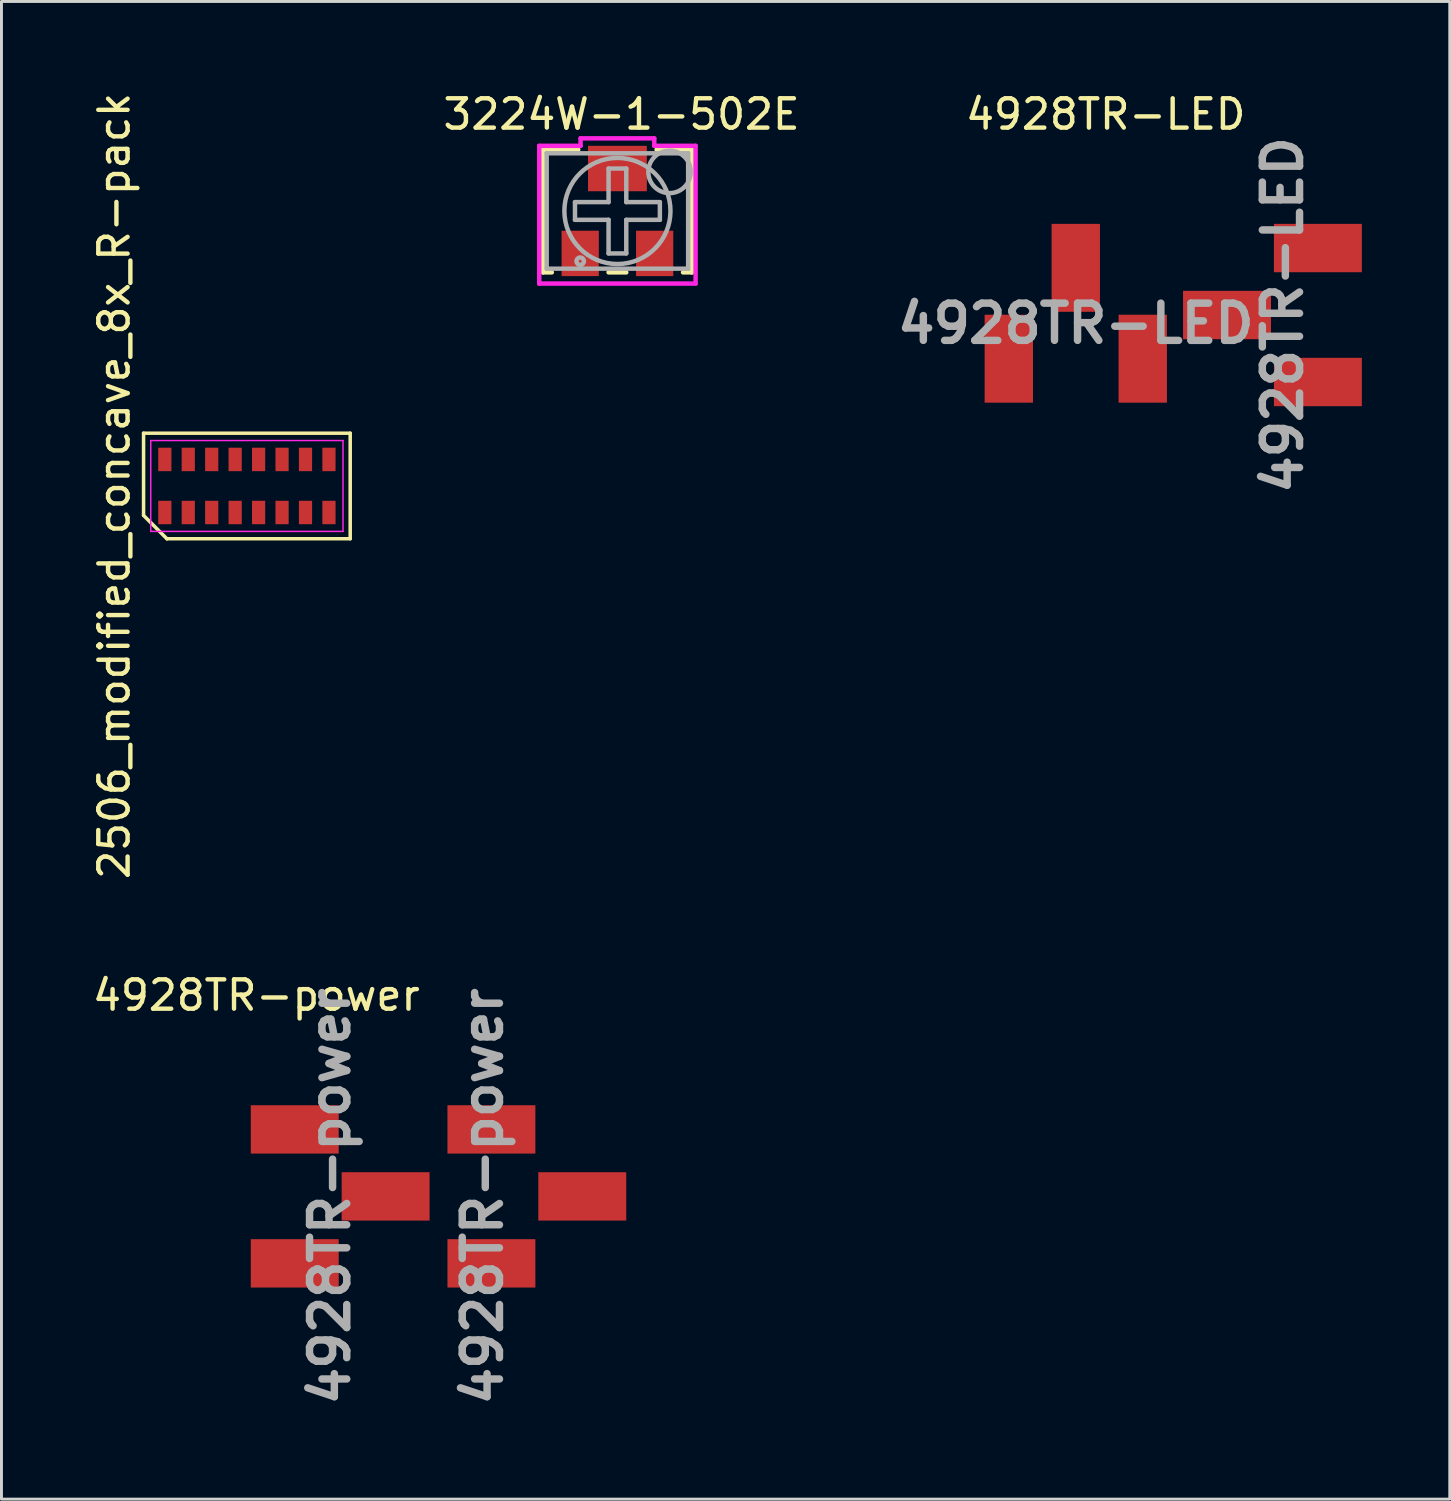
<source format=kicad_pcb>
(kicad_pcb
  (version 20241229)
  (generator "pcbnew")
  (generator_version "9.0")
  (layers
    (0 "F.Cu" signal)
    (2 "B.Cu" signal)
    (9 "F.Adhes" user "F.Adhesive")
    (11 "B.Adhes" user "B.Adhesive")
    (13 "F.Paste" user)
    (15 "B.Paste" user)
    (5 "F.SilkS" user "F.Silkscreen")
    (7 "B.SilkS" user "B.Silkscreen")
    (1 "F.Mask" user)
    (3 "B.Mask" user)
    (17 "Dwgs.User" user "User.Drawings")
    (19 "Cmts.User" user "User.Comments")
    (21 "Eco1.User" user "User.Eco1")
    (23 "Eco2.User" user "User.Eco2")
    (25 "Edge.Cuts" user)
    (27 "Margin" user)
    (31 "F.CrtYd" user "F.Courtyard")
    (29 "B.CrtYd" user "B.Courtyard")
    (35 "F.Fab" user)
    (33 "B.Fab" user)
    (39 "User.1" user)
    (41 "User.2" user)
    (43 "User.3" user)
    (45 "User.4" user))
  (footprint "4928TR-power"
    (layer "F.Cu")
    (at 5.496 34.638)
    (property "Reference" "4928TR-power" (at 0.2 -3.73 0) (layer "F.SilkS") (effects (font (size 1 1) (thickness 0.15))))
    (attr smd)
    (fp_text user "${REFERENCE}" (at 7.92 3.13 90) (layer "F.Fab") (effects (font (size 1.27 1.27) (thickness 0.254))))
    (fp_text user "${REFERENCE}" (at 2.71 3.13 90) (layer "F.Fab") (effects (font (size 1.27 1.27) (thickness 0.254))))
    (pad "1" smd rect (at 1.51 0.845 90) (size 1.65 3) (layers "F.Cu" "F.Mask" "F.Paste"))
    (pad "1" smd rect (at 1.51 5.415 90) (size 1.65 3) (layers "F.Cu" "F.Mask" "F.Paste"))
    (pad "1" smd rect (at 4.61 3.13 90) (size 1.65 3) (layers "F.Cu" "F.Mask" "F.Paste"))
    (pad "2" smd rect (at 8.22 0.845 90) (size 1.65 3) (layers "F.Cu" "F.Mask" "F.Paste"))
    (pad "2" smd rect (at 8.22 5.415 90) (size 1.65 3) (layers "F.Cu" "F.Mask" "F.Paste"))
    (pad "2" smd rect (at 11.32 3.13 90) (size 1.65 3) (layers "F.Cu" "F.Mask" "F.Paste")))
  (footprint "4928TR-LED"
    (layer "F.Cu")
    (at 34.473 4.578)
    (property "Reference" "4928TR-LED" (at 0.2 -3.73 0) (layer "F.SilkS") (effects (font (size 1 1) (thickness 0.15))))
    (attr smd)
    (fp_text user "${REFERENCE}" (at 6.24 3.12 270) (layer "F.Fab") (effects (font (size 1.27 1.27) (thickness 0.254))))
    (fp_text user "${REFERENCE}" (at -0.82 3.41 180) (layer "F.Fab") (effects (font (size 1.27 1.27) (thickness 0.254))))
    (pad "1" smd rect (at -3.105 4.61 180) (size 1.65 3) (layers "F.Cu" "F.Mask" "F.Paste"))
    (pad "1" smd rect (at -0.82 1.51 180) (size 1.65 3) (layers "F.Cu" "F.Mask" "F.Paste"))
    (pad "1" smd rect (at 1.465 4.61 180) (size 1.65 3) (layers "F.Cu" "F.Mask" "F.Paste"))
    (pad "2" smd rect (at 4.34 3.12 270) (size 1.65 3) (layers "F.Cu" "F.Mask" "F.Paste"))
    (pad "2" smd rect (at 7.44 0.835 270) (size 1.65 3) (layers "F.Cu" "F.Mask" "F.Paste"))
    (pad "2" smd rect (at 7.44 5.405 270) (size 1.65 3) (layers "F.Cu" "F.Mask" "F.Paste")))
  (footprint "2506_modified_concave_8x_R-pack"
    (layer "F.Cu")
    (at 5.373 13.53)
    (property "Reference" "2506_modified_concave_8x_R-pack" (at -4.525 0 90) (layer "F.SilkS") (effects (font (size 1 1) (thickness 0.15))))
    (attr smd)
    (fp_line (start -3.525 -1.8) (end 3.525 -1.8) (stroke (width 0.12) (type solid)) (layer "F.SilkS"))
    (fp_line (start -3.525 1) (end -3.525 -1.8) (stroke (width 0.12) (type solid)) (layer "F.SilkS"))
    (fp_line (start -2.725 1.805) (end -3.525 1.005) (stroke (width 0.12) (type solid)) (layer "F.SilkS"))
    (fp_line (start 3.525 -1.8) (end 3.525 1.8) (stroke (width 0.12) (type solid)) (layer "F.SilkS"))
    (fp_line (start 3.525 1.8) (end -2.725 1.8) (stroke (width 0.12) (type solid)) (layer "F.SilkS"))
    (fp_line (start -3.28 -1.55) (end 3.28 -1.55) (stroke (width 0.05) (type solid)) (layer "F.CrtYd"))
    (fp_line (start -3.28 1.55) (end -3.28 -1.55) (stroke (width 0.05) (type solid)) (layer "F.CrtYd"))
    (fp_line (start 3.28 -1.55) (end 3.28 1.55) (stroke (width 0.05) (type solid)) (layer "F.CrtYd"))
    (fp_line (start 3.28 1.55) (end -3.28 1.55) (stroke (width 0.05) (type solid)) (layer "F.CrtYd"))
    (pad "1" smd rect (at -2.8 0.905) (size 0.45 0.8) (layers "F.Cu" "F.Mask" "F.Paste"))
    (pad "2" smd rect (at -2 0.905) (size 0.45 0.8) (layers "F.Cu" "F.Mask" "F.Paste"))
    (pad "3" smd rect (at -1.2 0.905) (size 0.45 0.8) (layers "F.Cu" "F.Mask" "F.Paste"))
    (pad "4" smd rect (at -0.4 0.905) (size 0.45 0.8) (layers "F.Cu" "F.Mask" "F.Paste"))
    (pad "5" smd rect (at 0.4 0.905) (size 0.45 0.8) (layers "F.Cu" "F.Mask" "F.Paste"))
    (pad "6" smd rect (at 1.2 0.905) (size 0.45 0.8) (layers "F.Cu" "F.Mask" "F.Paste"))
    (pad "7" smd rect (at 2 0.905) (size 0.45 0.8) (layers "F.Cu" "F.Mask" "F.Paste"))
    (pad "8" smd rect (at 2.8 0.905) (size 0.45 0.8) (layers "F.Cu" "F.Mask" "F.Paste"))
    (pad "9" smd rect (at 2.8 -0.905) (size 0.45 0.8) (layers "F.Cu" "F.Mask" "F.Paste"))
    (pad "10" smd rect (at 2 -0.905) (size 0.45 0.8) (layers "F.Cu" "F.Mask" "F.Paste"))
    (pad "11" smd rect (at 1.2 -0.905) (size 0.45 0.8) (layers "F.Cu" "F.Mask" "F.Paste"))
    (pad "12" smd rect (at 0.4 -0.905) (size 0.45 0.8) (layers "F.Cu" "F.Mask" "F.Paste"))
    (pad "13" smd rect (at -0.4 -0.905) (size 0.45 0.8) (layers "F.Cu" "F.Mask" "F.Paste"))
    (pad "14" smd rect (at -1.2 -0.905) (size 0.45 0.8) (layers "F.Cu" "F.Mask" "F.Paste"))
    (pad "15" smd rect (at -2 -0.905) (size 0.45 0.8) (layers "F.Cu" "F.Mask" "F.Paste"))
    (pad "16" smd rect (at -2.8 -0.905) (size 0.45 0.8) (layers "F.Cu" "F.Mask" "F.Paste")))
  (footprint "3224W-1-502E"
    (layer "F.Cu")
    (at 18.015 4.148)
    (property "Reference" "3224W-1-502E" (at 0.14 -3.3 0) (layer "F.SilkS") (effects (font (size 1 1) (thickness 0.15))))
    (attr through_hole)
    (fp_line (start -2.54 -2.095) (end -2.54 2.095) (stroke (width 0.152) (type solid)) (layer "F.SilkS"))
    (fp_line (start -2.54 2.095) (end -2.238 2.095) (stroke (width 0.152) (type solid)) (layer "F.SilkS"))
    (fp_line (start -1.336 -2.095) (end -2.54 -2.095) (stroke (width 0.152) (type solid)) (layer "F.SilkS"))
    (fp_line (start -0.302 2.095) (end 0.302 2.095) (stroke (width 0.152) (type solid)) (layer "F.SilkS"))
    (fp_line (start 2.238 2.095) (end 2.54 2.095) (stroke (width 0.152) (type solid)) (layer "F.SilkS"))
    (fp_line (start 2.54 -2.095) (end 1.336 -2.095) (stroke (width 0.152) (type solid)) (layer "F.SilkS"))
    (fp_line (start 2.54 -2.095) (end 2.54 2.095) (stroke (width 0.152) (type solid)) (layer "F.SilkS"))
    (fp_line (start -2.667 -2.223) (end -1.257 -2.223) (stroke (width 0.152) (type solid)) (layer "F.CrtYd"))
    (fp_line (start -2.667 2.477) (end -2.667 -2.223) (stroke (width 0.152) (type solid)) (layer "F.CrtYd"))
    (fp_line (start -2.667 2.477) (end -2.667 2.477) (stroke (width 0.152) (type solid)) (layer "F.CrtYd"))
    (fp_line (start -1.257 -2.477) (end 1.257 -2.477) (stroke (width 0.152) (type solid)) (layer "F.CrtYd"))
    (fp_line (start -1.257 -2.223) (end -1.257 -2.477) (stroke (width 0.152) (type solid)) (layer "F.CrtYd"))
    (fp_line (start 1.257 -2.477) (end 1.257 -2.223) (stroke (width 0.152) (type solid)) (layer "F.CrtYd"))
    (fp_line (start 1.257 -2.223) (end 2.667 -2.223) (stroke (width 0.152) (type solid)) (layer "F.CrtYd"))
    (fp_line (start 2.667 -2.223) (end 2.667 2.477) (stroke (width 0.152) (type solid)) (layer "F.CrtYd"))
    (fp_line (start 2.667 2.477) (end -2.667 2.477) (stroke (width 0.152) (type solid)) (layer "F.CrtYd"))
    (fp_line (start -2.413 -1.968) (end -2.413 1.968) (stroke (width 0.152) (type solid)) (layer "F.Fab"))
    (fp_line (start -2.413 1.968) (end 2.413 1.968) (stroke (width 0.152) (type solid)) (layer "F.Fab"))
    (fp_line (start -1.448 -0.302) (end -1.448 0.302) (stroke (width 0.152) (type solid)) (layer "F.Fab"))
    (fp_line (start -0.302 -1.448) (end -0.302 -0.302) (stroke (width 0.152) (type solid)) (layer "F.Fab"))
    (fp_line (start -0.302 -1.448) (end 0.302 -1.448) (stroke (width 0.152) (type solid)) (layer "F.Fab"))
    (fp_line (start -0.302 -0.302) (end -1.448 -0.302) (stroke (width 0.152) (type solid)) (layer "F.Fab"))
    (fp_line (start -0.302 0.302) (end -1.448 0.302) (stroke (width 0.152) (type solid)) (layer "F.Fab"))
    (fp_line (start -0.302 1.448) (end -0.302 0.302) (stroke (width 0.152) (type solid)) (layer "F.Fab"))
    (fp_line (start -0.302 1.448) (end 0.302 1.448) (stroke (width 0.152) (type solid)) (layer "F.Fab"))
    (fp_line (start 0.302 -1.448) (end 0.302 -0.302) (stroke (width 0.152) (type solid)) (layer "F.Fab"))
    (fp_line (start 0.302 -0.302) (end 1.448 -0.302) (stroke (width 0.152) (type solid)) (layer "F.Fab"))
    (fp_line (start 0.302 0.302) (end 1.448 0.302) (stroke (width 0.152) (type solid)) (layer "F.Fab"))
    (fp_line (start 0.302 1.448) (end 0.302 0.302) (stroke (width 0.152) (type solid)) (layer "F.Fab"))
    (fp_line (start 1.448 -0.302) (end 1.448 0.302) (stroke (width 0.152) (type solid)) (layer "F.Fab"))
    (fp_line (start 2.413 -1.968) (end -2.413 -1.968) (stroke (width 0.152) (type solid)) (layer "F.Fab"))
    (fp_line (start 2.413 -1.968) (end 2.413 1.968) (stroke (width 0.152) (type solid)) (layer "F.Fab"))
    (fp_circle (center -1.27 1.714) (end -1.143 1.714) (stroke (width 0.152) (type solid)) (fill no) (layer "F.Fab"))
    (fp_circle (center 0 0) (end 1.81 0) (stroke (width 0.152) (type solid)) (fill no) (layer "F.Fab"))
    (fp_circle (center 1.778 -1.333) (end 2.502 -1.333) (stroke (width 0.152) (type solid)) (fill no) (layer "F.Fab"))
    (pad "1" smd rect (at -1.27 1.448) (size 1.27 1.549) (layers "F.Cu" "F.Mask" "F.Paste"))
    (pad "2" smd rect (at 0 -1.448) (size 2.007 1.549) (layers "F.Cu" "F.Mask" "F.Paste"))
    (pad "3" smd rect (at 1.27 1.448) (size 1.27 1.549) (layers "F.Cu" "F.Mask" "F.Paste")))
  (gr_rect
    (start -3 -3)
    (end 46.413 48.097)
    (stroke (width 0.1) (type default))
    (fill no)
    (layer "Edge.Cuts")))
</source>
